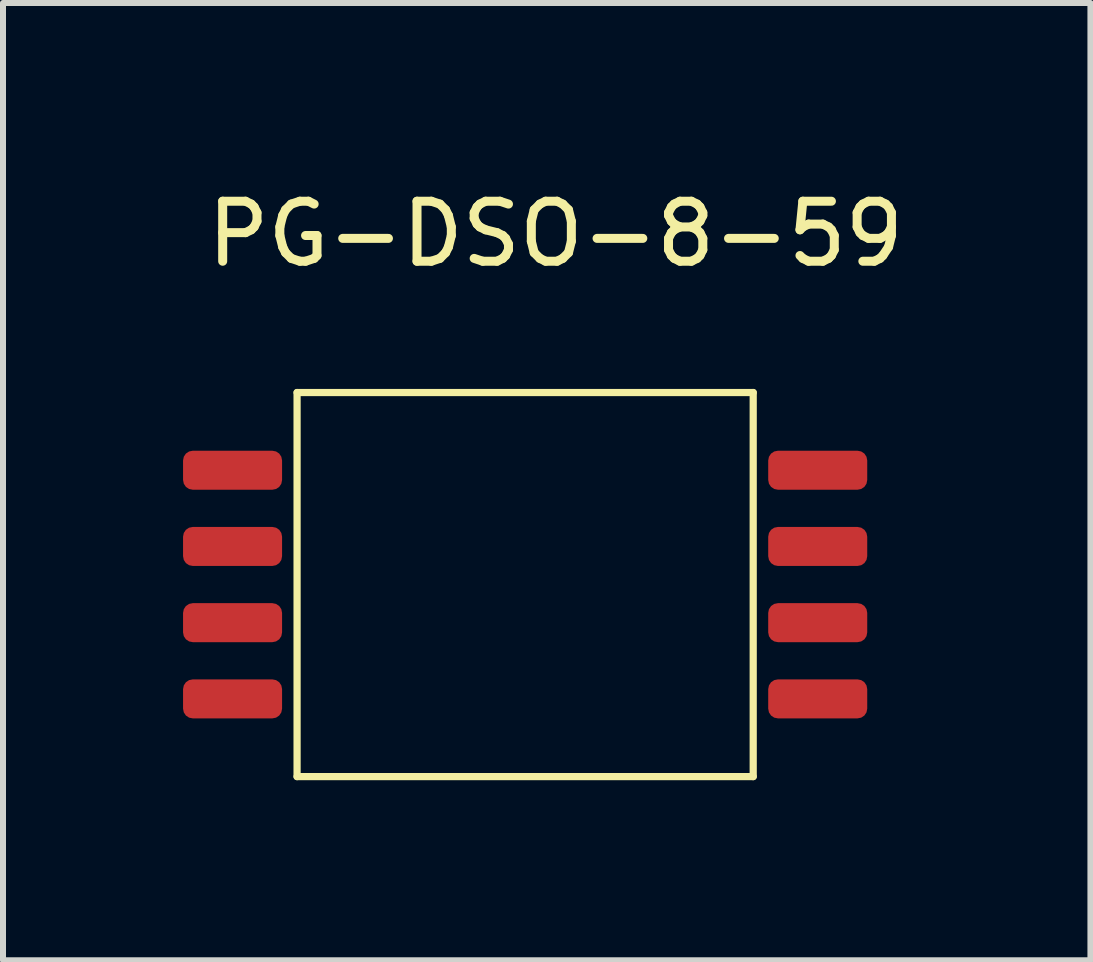
<source format=kicad_pcb>
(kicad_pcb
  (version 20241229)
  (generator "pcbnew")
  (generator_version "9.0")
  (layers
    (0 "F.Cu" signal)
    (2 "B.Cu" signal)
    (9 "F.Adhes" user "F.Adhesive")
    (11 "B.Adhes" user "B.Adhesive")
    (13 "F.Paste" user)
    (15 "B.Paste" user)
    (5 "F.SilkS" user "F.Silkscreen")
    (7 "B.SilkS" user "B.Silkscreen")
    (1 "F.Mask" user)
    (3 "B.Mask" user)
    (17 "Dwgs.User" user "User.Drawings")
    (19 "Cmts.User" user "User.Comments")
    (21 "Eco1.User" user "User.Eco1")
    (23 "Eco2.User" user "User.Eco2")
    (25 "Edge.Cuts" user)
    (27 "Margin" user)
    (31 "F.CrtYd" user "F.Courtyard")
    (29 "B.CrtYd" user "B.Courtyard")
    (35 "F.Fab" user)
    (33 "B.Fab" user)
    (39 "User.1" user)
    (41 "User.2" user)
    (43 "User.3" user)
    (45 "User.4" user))
  (footprint "PG-DSO-8-59"
    (layer "F.Cu")
    (at 5.7 6.69)
    (property "Reference" "PG-DSO-8-59" (at 0.508 -5.842 0) (layer "F.SilkS") (effects (font (size 1 1) (thickness 0.15))))
    (attr through_hole)
    (fp_line (start -3.8 -3.2) (end 3.8 -3.2) (stroke (width 0.12) (type solid)) (layer "F.SilkS"))
    (fp_line (start -3.8 3.2) (end -3.8 -3.2) (stroke (width 0.12) (type solid)) (layer "F.SilkS"))
    (fp_line (start 3.8 -3.2) (end 3.8 3.2) (stroke (width 0.12) (type solid)) (layer "F.SilkS"))
    (fp_line (start 3.8 3.2) (end -3.8 3.2) (stroke (width 0.12) (type solid)) (layer "F.SilkS"))
    (pad "1" smd roundrect (at -4.875 -1.905) (size 1.65 0.65) (layers "F.Cu" "F.Mask" "F.Paste") (roundrect_rratio 0.25))
    (pad "2" smd roundrect (at -4.875 -0.635) (size 1.65 0.65) (layers "F.Cu" "F.Mask" "F.Paste") (roundrect_rratio 0.25))
    (pad "3" smd roundrect (at -4.875 0.635) (size 1.65 0.65) (layers "F.Cu" "F.Mask" "F.Paste") (roundrect_rratio 0.25))
    (pad "4" smd roundrect (at -4.875 1.905) (size 1.65 0.65) (layers "F.Cu" "F.Mask" "F.Paste") (roundrect_rratio 0.25))
    (pad "5" smd roundrect (at 4.875 1.905) (size 1.65 0.65) (layers "F.Cu" "F.Mask" "F.Paste") (roundrect_rratio 0.25))
    (pad "6" smd roundrect (at 4.875 0.635) (size 1.65 0.65) (layers "F.Cu" "F.Mask" "F.Paste") (roundrect_rratio 0.25))
    (pad "7" smd roundrect (at 4.875 -0.635) (size 1.65 0.65) (layers "F.Cu" "F.Mask" "F.Paste") (roundrect_rratio 0.25))
    (pad "8" smd roundrect (at 4.875 -1.905) (size 1.65 0.65) (layers "F.Cu" "F.Mask" "F.Paste") (roundrect_rratio 0.25)))
  (gr_rect
    (start -3 -3)
    (end 15.119 12.95)
    (stroke (width 0.1) (type default))
    (fill no)
    (layer "Edge.Cuts")))
</source>
